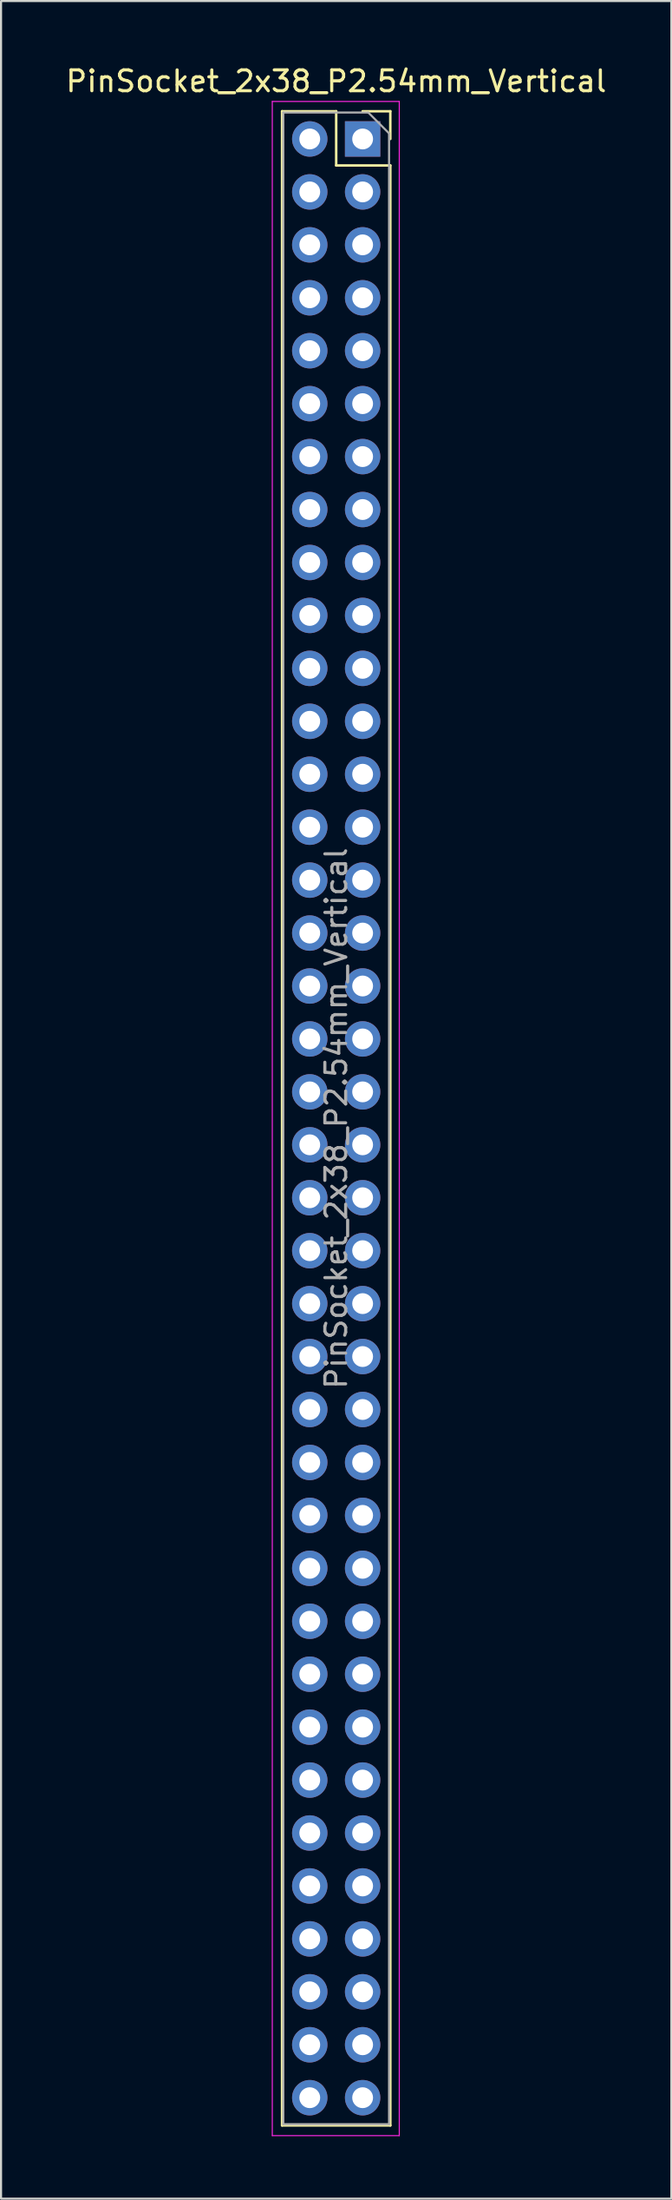
<source format=kicad_pcb>
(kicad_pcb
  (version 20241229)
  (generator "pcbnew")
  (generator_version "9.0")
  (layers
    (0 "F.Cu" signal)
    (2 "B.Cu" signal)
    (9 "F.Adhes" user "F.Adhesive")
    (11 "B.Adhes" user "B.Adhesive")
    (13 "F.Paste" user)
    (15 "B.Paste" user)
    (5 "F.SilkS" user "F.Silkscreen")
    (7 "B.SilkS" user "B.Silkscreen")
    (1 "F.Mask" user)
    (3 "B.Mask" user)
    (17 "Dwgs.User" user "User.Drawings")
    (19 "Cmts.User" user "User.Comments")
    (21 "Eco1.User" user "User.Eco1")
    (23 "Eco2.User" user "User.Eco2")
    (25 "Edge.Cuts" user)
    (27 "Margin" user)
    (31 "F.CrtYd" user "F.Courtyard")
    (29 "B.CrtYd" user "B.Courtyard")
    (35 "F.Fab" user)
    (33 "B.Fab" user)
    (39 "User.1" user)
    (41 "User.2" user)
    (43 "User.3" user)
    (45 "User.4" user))
  (footprint "PinSocket_2x38_P2.54mm_Vertical"
    (layer "F.Cu")
    (at 14.371 3.618)
    (property "Reference" "PinSocket_2x38_P2.54mm_Vertical" (at -1.27 -2.77 0) (layer "F.SilkS") (effects (font (size 1 1) (thickness 0.15))))
    (attr through_hole)
    (fp_line (start -3.87 -1.33) (end -3.87 95.31) (stroke (width 0.12) (type solid)) (layer "F.SilkS"))
    (fp_line (start -3.87 -1.33) (end -1.27 -1.33) (stroke (width 0.12) (type solid)) (layer "F.SilkS"))
    (fp_line (start -3.87 95.31) (end 1.33 95.31) (stroke (width 0.12) (type solid)) (layer "F.SilkS"))
    (fp_line (start -1.27 -1.33) (end -1.27 1.27) (stroke (width 0.12) (type solid)) (layer "F.SilkS"))
    (fp_line (start -1.27 1.27) (end 1.33 1.27) (stroke (width 0.12) (type solid)) (layer "F.SilkS"))
    (fp_line (start 0 -1.33) (end 1.33 -1.33) (stroke (width 0.12) (type solid)) (layer "F.SilkS"))
    (fp_line (start 1.33 -1.33) (end 1.33 0) (stroke (width 0.12) (type solid)) (layer "F.SilkS"))
    (fp_line (start 1.33 1.27) (end 1.33 95.31) (stroke (width 0.12) (type solid)) (layer "F.SilkS"))
    (fp_line (start -4.34 -1.8) (end 1.76 -1.8) (stroke (width 0.05) (type solid)) (layer "F.CrtYd"))
    (fp_line (start -4.34 95.8) (end -4.34 -1.8) (stroke (width 0.05) (type solid)) (layer "F.CrtYd"))
    (fp_line (start 1.76 -1.8) (end 1.76 95.8) (stroke (width 0.05) (type solid)) (layer "F.CrtYd"))
    (fp_line (start 1.76 95.8) (end -4.34 95.8) (stroke (width 0.05) (type solid)) (layer "F.CrtYd"))
    (fp_line (start -3.81 -1.27) (end 0.27 -1.27) (stroke (width 0.1) (type solid)) (layer "F.Fab"))
    (fp_line (start -3.81 95.25) (end -3.81 -1.27) (stroke (width 0.1) (type solid)) (layer "F.Fab"))
    (fp_line (start 0.27 -1.27) (end 1.27 -0.27) (stroke (width 0.1) (type solid)) (layer "F.Fab"))
    (fp_line (start 1.27 -0.27) (end 1.27 95.25) (stroke (width 0.1) (type solid)) (layer "F.Fab"))
    (fp_line (start 1.27 95.25) (end -3.81 95.25) (stroke (width 0.1) (type solid)) (layer "F.Fab"))
    (fp_text user "${REFERENCE}" (at -1.27 46.99 90) (layer "F.Fab") (effects (font (size 1 1) (thickness 0.15))))
    (pad "1" thru_hole rect (at 0 0) (size 1.7 1.7) (drill 1) (layers "*.Cu" "*.Mask"))
    (pad "2" thru_hole circle (at -2.54 0) (size 1.7 1.7) (drill 1) (layers "*.Cu" "*.Mask"))
    (pad "3" thru_hole circle (at 0 2.54) (size 1.7 1.7) (drill 1) (layers "*.Cu" "*.Mask"))
    (pad "4" thru_hole circle (at -2.54 2.54) (size 1.7 1.7) (drill 1) (layers "*.Cu" "*.Mask"))
    (pad "5" thru_hole circle (at 0 5.08) (size 1.7 1.7) (drill 1) (layers "*.Cu" "*.Mask"))
    (pad "6" thru_hole circle (at -2.54 5.08) (size 1.7 1.7) (drill 1) (layers "*.Cu" "*.Mask"))
    (pad "7" thru_hole circle (at 0 7.62) (size 1.7 1.7) (drill 1) (layers "*.Cu" "*.Mask"))
    (pad "8" thru_hole circle (at -2.54 7.62) (size 1.7 1.7) (drill 1) (layers "*.Cu" "*.Mask"))
    (pad "9" thru_hole circle (at 0 10.16) (size 1.7 1.7) (drill 1) (layers "*.Cu" "*.Mask"))
    (pad "10" thru_hole circle (at -2.54 10.16) (size 1.7 1.7) (drill 1) (layers "*.Cu" "*.Mask"))
    (pad "11" thru_hole circle (at 0 12.7) (size 1.7 1.7) (drill 1) (layers "*.Cu" "*.Mask"))
    (pad "12" thru_hole circle (at -2.54 12.7) (size 1.7 1.7) (drill 1) (layers "*.Cu" "*.Mask"))
    (pad "13" thru_hole circle (at 0 15.24) (size 1.7 1.7) (drill 1) (layers "*.Cu" "*.Mask"))
    (pad "14" thru_hole circle (at -2.54 15.24) (size 1.7 1.7) (drill 1) (layers "*.Cu" "*.Mask"))
    (pad "15" thru_hole circle (at 0 17.78) (size 1.7 1.7) (drill 1) (layers "*.Cu" "*.Mask"))
    (pad "16" thru_hole circle (at -2.54 17.78) (size 1.7 1.7) (drill 1) (layers "*.Cu" "*.Mask"))
    (pad "17" thru_hole circle (at 0 20.32) (size 1.7 1.7) (drill 1) (layers "*.Cu" "*.Mask"))
    (pad "18" thru_hole circle (at -2.54 20.32) (size 1.7 1.7) (drill 1) (layers "*.Cu" "*.Mask"))
    (pad "19" thru_hole circle (at 0 22.86) (size 1.7 1.7) (drill 1) (layers "*.Cu" "*.Mask"))
    (pad "20" thru_hole circle (at -2.54 22.86) (size 1.7 1.7) (drill 1) (layers "*.Cu" "*.Mask"))
    (pad "21" thru_hole circle (at 0 25.4) (size 1.7 1.7) (drill 1) (layers "*.Cu" "*.Mask"))
    (pad "22" thru_hole circle (at -2.54 25.4) (size 1.7 1.7) (drill 1) (layers "*.Cu" "*.Mask"))
    (pad "23" thru_hole circle (at 0 27.94) (size 1.7 1.7) (drill 1) (layers "*.Cu" "*.Mask"))
    (pad "24" thru_hole circle (at -2.54 27.94) (size 1.7 1.7) (drill 1) (layers "*.Cu" "*.Mask"))
    (pad "25" thru_hole circle (at 0 30.48) (size 1.7 1.7) (drill 1) (layers "*.Cu" "*.Mask"))
    (pad "26" thru_hole circle (at -2.54 30.48) (size 1.7 1.7) (drill 1) (layers "*.Cu" "*.Mask"))
    (pad "27" thru_hole circle (at 0 33.02) (size 1.7 1.7) (drill 1) (layers "*.Cu" "*.Mask"))
    (pad "28" thru_hole circle (at -2.54 33.02) (size 1.7 1.7) (drill 1) (layers "*.Cu" "*.Mask"))
    (pad "29" thru_hole circle (at 0 35.56) (size 1.7 1.7) (drill 1) (layers "*.Cu" "*.Mask"))
    (pad "30" thru_hole circle (at -2.54 35.56) (size 1.7 1.7) (drill 1) (layers "*.Cu" "*.Mask"))
    (pad "31" thru_hole circle (at 0 38.1) (size 1.7 1.7) (drill 1) (layers "*.Cu" "*.Mask"))
    (pad "32" thru_hole circle (at -2.54 38.1) (size 1.7 1.7) (drill 1) (layers "*.Cu" "*.Mask"))
    (pad "33" thru_hole circle (at 0 40.64) (size 1.7 1.7) (drill 1) (layers "*.Cu" "*.Mask"))
    (pad "34" thru_hole circle (at -2.54 40.64) (size 1.7 1.7) (drill 1) (layers "*.Cu" "*.Mask"))
    (pad "35" thru_hole circle (at 0 43.18) (size 1.7 1.7) (drill 1) (layers "*.Cu" "*.Mask"))
    (pad "36" thru_hole circle (at -2.54 43.18) (size 1.7 1.7) (drill 1) (layers "*.Cu" "*.Mask"))
    (pad "37" thru_hole circle (at 0 45.72) (size 1.7 1.7) (drill 1) (layers "*.Cu" "*.Mask"))
    (pad "38" thru_hole circle (at -2.54 45.72) (size 1.7 1.7) (drill 1) (layers "*.Cu" "*.Mask"))
    (pad "39" thru_hole circle (at 0 48.26) (size 1.7 1.7) (drill 1) (layers "*.Cu" "*.Mask"))
    (pad "40" thru_hole circle (at -2.54 48.26) (size 1.7 1.7) (drill 1) (layers "*.Cu" "*.Mask"))
    (pad "41" thru_hole circle (at 0 50.8) (size 1.7 1.7) (drill 1) (layers "*.Cu" "*.Mask"))
    (pad "42" thru_hole circle (at -2.54 50.8) (size 1.7 1.7) (drill 1) (layers "*.Cu" "*.Mask"))
    (pad "43" thru_hole circle (at 0 53.34) (size 1.7 1.7) (drill 1) (layers "*.Cu" "*.Mask"))
    (pad "44" thru_hole circle (at -2.54 53.34) (size 1.7 1.7) (drill 1) (layers "*.Cu" "*.Mask"))
    (pad "45" thru_hole circle (at 0 55.88) (size 1.7 1.7) (drill 1) (layers "*.Cu" "*.Mask"))
    (pad "46" thru_hole circle (at -2.54 55.88) (size 1.7 1.7) (drill 1) (layers "*.Cu" "*.Mask"))
    (pad "47" thru_hole circle (at 0 58.42) (size 1.7 1.7) (drill 1) (layers "*.Cu" "*.Mask"))
    (pad "48" thru_hole circle (at -2.54 58.42) (size 1.7 1.7) (drill 1) (layers "*.Cu" "*.Mask"))
    (pad "49" thru_hole circle (at 0 60.96) (size 1.7 1.7) (drill 1) (layers "*.Cu" "*.Mask"))
    (pad "50" thru_hole circle (at -2.54 60.96) (size 1.7 1.7) (drill 1) (layers "*.Cu" "*.Mask"))
    (pad "51" thru_hole circle (at 0 63.5) (size 1.7 1.7) (drill 1) (layers "*.Cu" "*.Mask"))
    (pad "52" thru_hole circle (at -2.54 63.5) (size 1.7 1.7) (drill 1) (layers "*.Cu" "*.Mask"))
    (pad "53" thru_hole circle (at 0 66.04) (size 1.7 1.7) (drill 1) (layers "*.Cu" "*.Mask"))
    (pad "54" thru_hole circle (at -2.54 66.04) (size 1.7 1.7) (drill 1) (layers "*.Cu" "*.Mask"))
    (pad "55" thru_hole circle (at 0 68.58) (size 1.7 1.7) (drill 1) (layers "*.Cu" "*.Mask"))
    (pad "56" thru_hole circle (at -2.54 68.58) (size 1.7 1.7) (drill 1) (layers "*.Cu" "*.Mask"))
    (pad "57" thru_hole circle (at 0 71.12) (size 1.7 1.7) (drill 1) (layers "*.Cu" "*.Mask"))
    (pad "58" thru_hole circle (at -2.54 71.12) (size 1.7 1.7) (drill 1) (layers "*.Cu" "*.Mask"))
    (pad "59" thru_hole circle (at 0 73.66) (size 1.7 1.7) (drill 1) (layers "*.Cu" "*.Mask"))
    (pad "60" thru_hole circle (at -2.54 73.66) (size 1.7 1.7) (drill 1) (layers "*.Cu" "*.Mask"))
    (pad "61" thru_hole circle (at 0 76.2) (size 1.7 1.7) (drill 1) (layers "*.Cu" "*.Mask"))
    (pad "62" thru_hole circle (at -2.54 76.2) (size 1.7 1.7) (drill 1) (layers "*.Cu" "*.Mask"))
    (pad "63" thru_hole circle (at 0 78.74) (size 1.7 1.7) (drill 1) (layers "*.Cu" "*.Mask"))
    (pad "64" thru_hole circle (at -2.54 78.74) (size 1.7 1.7) (drill 1) (layers "*.Cu" "*.Mask"))
    (pad "65" thru_hole circle (at 0 81.28) (size 1.7 1.7) (drill 1) (layers "*.Cu" "*.Mask"))
    (pad "66" thru_hole circle (at -2.54 81.28) (size 1.7 1.7) (drill 1) (layers "*.Cu" "*.Mask"))
    (pad "67" thru_hole circle (at 0 83.82) (size 1.7 1.7) (drill 1) (layers "*.Cu" "*.Mask"))
    (pad "68" thru_hole circle (at -2.54 83.82) (size 1.7 1.7) (drill 1) (layers "*.Cu" "*.Mask"))
    (pad "69" thru_hole circle (at 0 86.36) (size 1.7 1.7) (drill 1) (layers "*.Cu" "*.Mask"))
    (pad "70" thru_hole circle (at -2.54 86.36) (size 1.7 1.7) (drill 1) (layers "*.Cu" "*.Mask"))
    (pad "71" thru_hole circle (at 0 88.9) (size 1.7 1.7) (drill 1) (layers "*.Cu" "*.Mask"))
    (pad "72" thru_hole circle (at -2.54 88.9) (size 1.7 1.7) (drill 1) (layers "*.Cu" "*.Mask"))
    (pad "73" thru_hole circle (at 0 91.44) (size 1.7 1.7) (drill 1) (layers "*.Cu" "*.Mask"))
    (pad "74" thru_hole circle (at -2.54 91.44) (size 1.7 1.7) (drill 1) (layers "*.Cu" "*.Mask"))
    (pad "75" thru_hole circle (at 0 93.98) (size 1.7 1.7) (drill 1) (layers "*.Cu" "*.Mask"))
    (pad "76" thru_hole circle (at -2.54 93.98) (size 1.7 1.7) (drill 1) (layers "*.Cu" "*.Mask")))
  (gr_rect
    (start -3 -3)
    (end 29.202 102.443)
    (stroke (width 0.1) (type default))
    (fill no)
    (layer "Edge.Cuts")))
</source>
